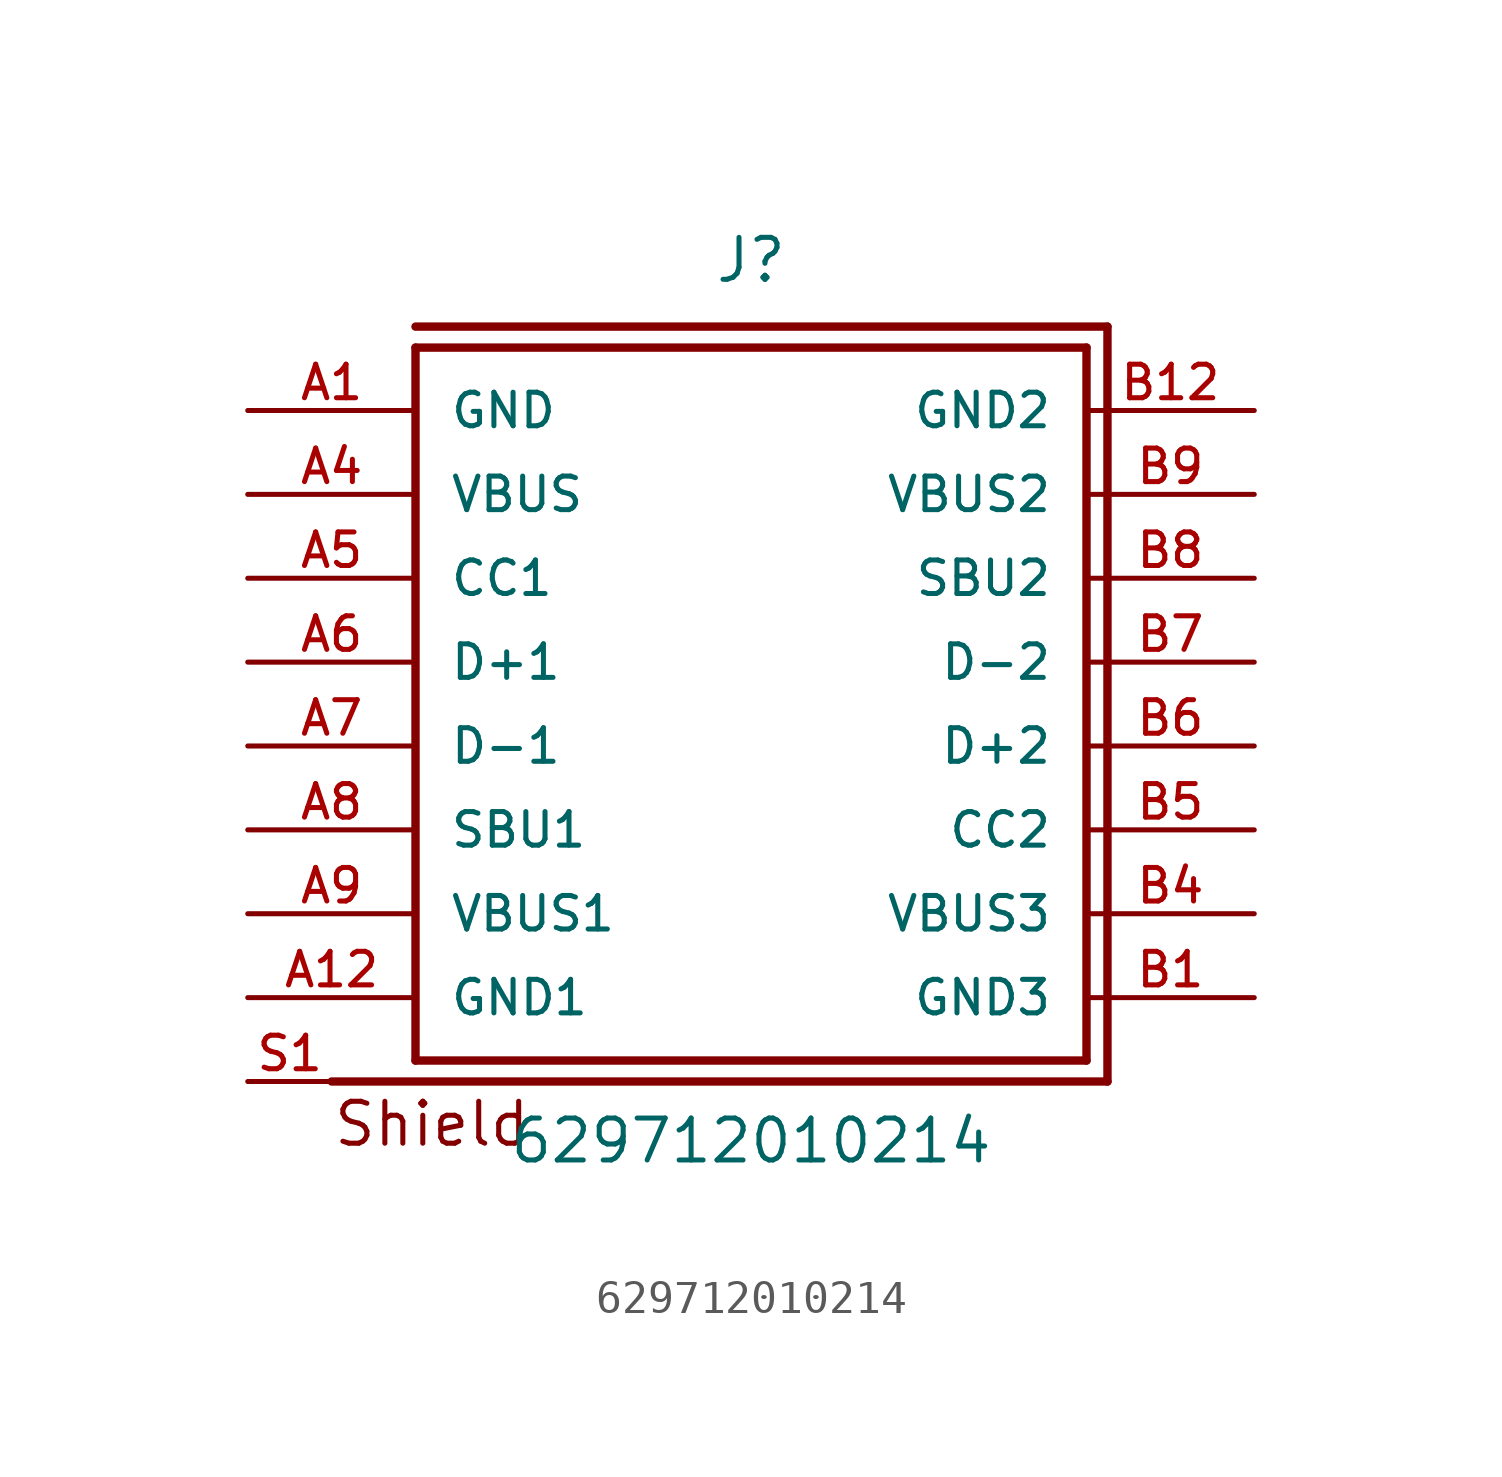
<source format=kicad_sym>
(kicad_symbol_lib
  (version 20231120)
  (generator "kicad_symbol_editor")
  (generator_version "8.0")
  (symbol "629712010214"
    (pin_names
      (offset 1.016))
    (property "Reference" "J"
      (at 0 12.7 0)
      (effects (font (size 1.27 1.27)) (justify bottom)))
    (property "Value" "629712010214"
      (at 0 -13.97 0)
      (effects (font (size 1.27 1.27)) (justify bottom)))
    (symbol "629712010214_0_0"
      (polyline (pts (xy -12.7 -11.43) (xy 10.795 -11.43)) (stroke (width 0.254) (type default)) (fill (type none)))
      (polyline (pts (xy -10.16 -10.795) (xy -10.16 10.795)) (stroke (width 0.254) (type default)) (fill (type none)))
      (polyline (pts (xy -10.16 10.795) (xy 10.16 10.795)) (stroke (width 0.254) (type default)) (fill (type none)))
      (polyline (pts (xy -10.16 11.43) (xy 10.795 11.43)) (stroke (width 0.254) (type default)) (fill (type none)))
      (polyline (pts (xy 10.16 -10.795) (xy -10.16 -10.795)) (stroke (width 0.254) (type default)) (fill (type none)))
      (polyline (pts (xy 10.16 10.795) (xy 10.16 -10.795)) (stroke (width 0.254) (type default)) (fill (type none)))
      (polyline (pts (xy 10.795 11.43) (xy 10.795 -11.43)) (stroke (width 0.254) (type default)) (fill (type none)))
      (text "Shield" (at -12.7 -13.462 0) (effects (font (size 1.27 1.27)) (justify left bottom)))
      (pin passive line (at -15.24 8.89 0) (length 5.08) (name "GND" (effects (font (size 1.016 1.016)))) (number "A1" (effects (font (size 1.016 1.016)))))
      (pin passive line (at -15.24 -8.89 0) (length 5.08) (name "GND1" (effects (font (size 1.016 1.016)))) (number "A12" (effects (font (size 1.016 1.016)))))
      (pin passive line (at -15.24 6.35 0) (length 5.08) (name "VBUS" (effects (font (size 1.016 1.016)))) (number "A4" (effects (font (size 1.016 1.016)))))
      (pin passive line (at -15.24 3.81 0) (length 5.08) (name "CC1" (effects (font (size 1.016 1.016)))) (number "A5" (effects (font (size 1.016 1.016)))))
      (pin passive line (at -15.24 1.27 0) (length 5.08) (name "D+1" (effects (font (size 1.016 1.016)))) (number "A6" (effects (font (size 1.016 1.016)))))
      (pin passive line (at -15.24 -1.27 0) (length 5.08) (name "D-1" (effects (font (size 1.016 1.016)))) (number "A7" (effects (font (size 1.016 1.016)))))
      (pin passive line (at -15.24 -3.81 0) (length 5.08) (name "SBU1" (effects (font (size 1.016 1.016)))) (number "A8" (effects (font (size 1.016 1.016)))))
      (pin passive line (at -15.24 -6.35 0) (length 5.08) (name "VBUS1" (effects (font (size 1.016 1.016)))) (number "A9" (effects (font (size 1.016 1.016)))))
      (pin passive line (at 15.24 -8.89 180) (length 5.08) (name "GND3" (effects (font (size 1.016 1.016)))) (number "B1" (effects (font (size 1.016 1.016)))))
      (pin passive line (at 15.24 8.89 180) (length 5.08) (name "GND2" (effects (font (size 1.016 1.016)))) (number "B12" (effects (font (size 1.016 1.016)))))
      (pin passive line (at 15.24 -6.35 180) (length 5.08) (name "VBUS3" (effects (font (size 1.016 1.016)))) (number "B4" (effects (font (size 1.016 1.016)))))
      (pin passive line (at 15.24 -3.81 180) (length 5.08) (name "CC2" (effects (font (size 1.016 1.016)))) (number "B5" (effects (font (size 1.016 1.016)))))
      (pin passive line (at 15.24 -1.27 180) (length 5.08) (name "D+2" (effects (font (size 1.016 1.016)))) (number "B6" (effects (font (size 1.016 1.016)))))
      (pin passive line (at 15.24 1.27 180) (length 5.08) (name "D-2" (effects (font (size 1.016 1.016)))) (number "B7" (effects (font (size 1.016 1.016)))))
      (pin passive line (at 15.24 3.81 180) (length 5.08) (name "SBU2" (effects (font (size 1.016 1.016)))) (number "B8" (effects (font (size 1.016 1.016)))))
      (pin passive line (at 15.24 6.35 180) (length 5.08) (name "VBUS2" (effects (font (size 1.016 1.016)))) (number "B9" (effects (font (size 1.016 1.016)))))
      (pin passive line (at -15.24 -11.43 0) (length 2.54) (name "~" (effects (font (size 1.016 1.016)))) (number "S1" (effects (font (size 1.016 1.016))))))
    (symbol "629712010214_1_0"
      (pin passive line (at -15.24 -11.43 0) (length 2.54) hide (name "~" (effects (font (size 1.016 1.016)))) (number "S2" (effects (font (size 1.016 1.016)))))
      (pin passive line (at -15.24 -11.43 0) (length 2.54) hide (name "~" (effects (font (size 1.016 1.016)))) (number "S3" (effects (font (size 1.016 1.016)))))
      (pin passive line (at -15.24 -11.43 0) (length 2.54) hide (name "~" (effects (font (size 1.016 1.016)))) (number "S4" (effects (font (size 1.016 1.016)))))
      (pin passive line (at -15.24 -11.43 0) (length 2.54) hide (name "~" (effects (font (size 1.016 1.016)))) (number "S5" (effects (font (size 1.016 1.016)))))
      (pin passive line (at -15.24 -11.43 0) (length 2.54) hide (name "~" (effects (font (size 1.016 1.016)))) (number "S6" (effects (font (size 1.016 1.016))))))))
</source>
